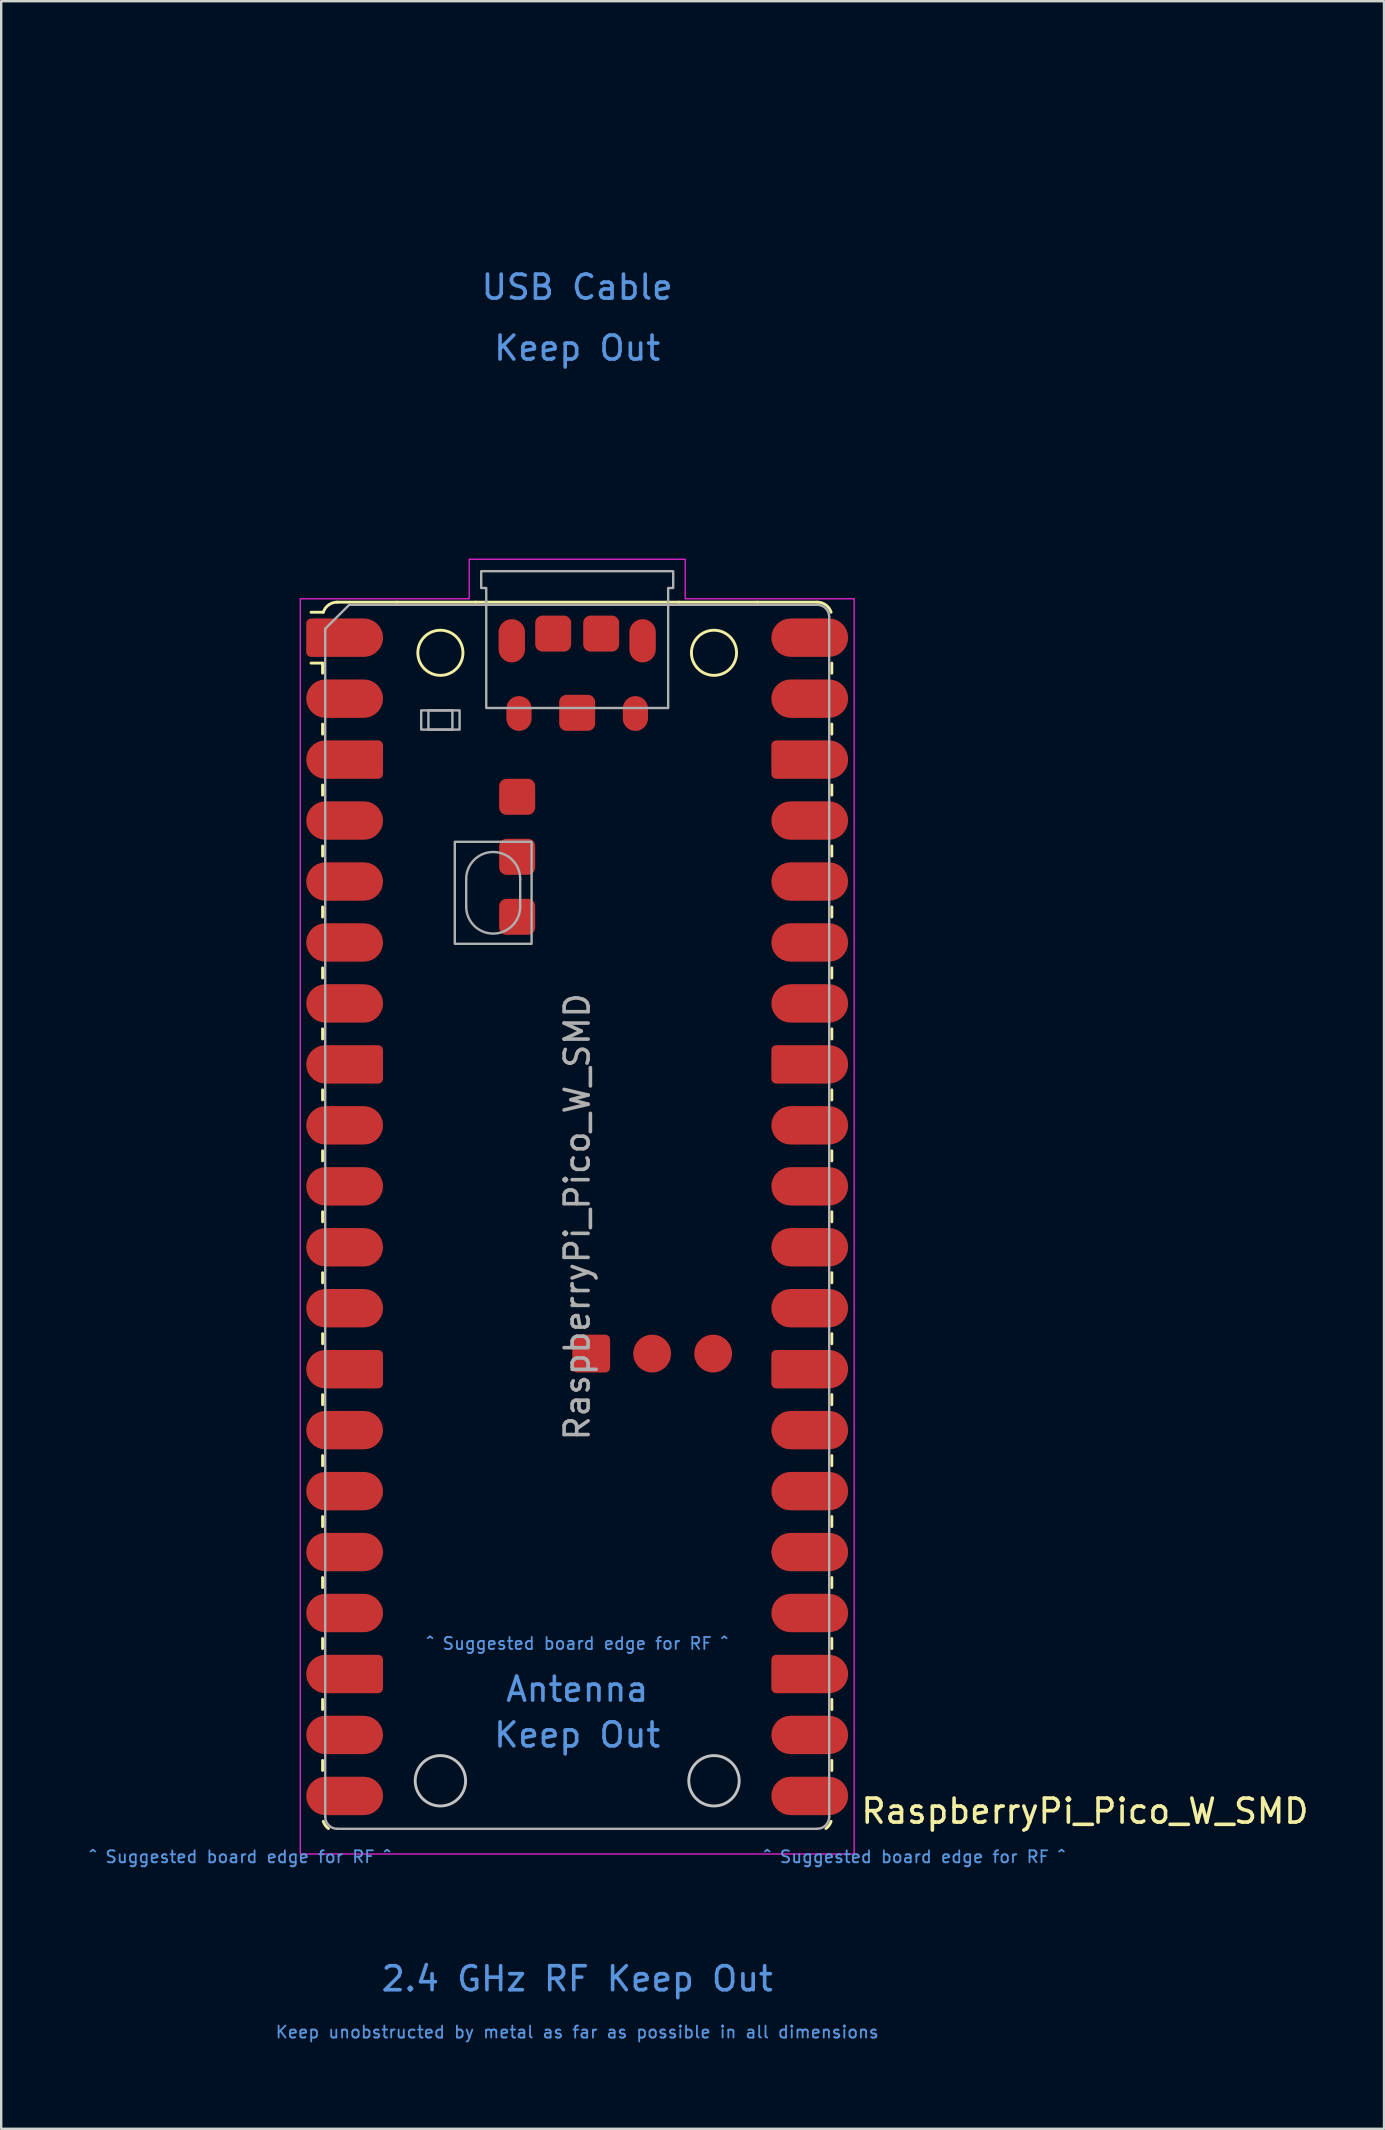
<source format=kicad_pcb>
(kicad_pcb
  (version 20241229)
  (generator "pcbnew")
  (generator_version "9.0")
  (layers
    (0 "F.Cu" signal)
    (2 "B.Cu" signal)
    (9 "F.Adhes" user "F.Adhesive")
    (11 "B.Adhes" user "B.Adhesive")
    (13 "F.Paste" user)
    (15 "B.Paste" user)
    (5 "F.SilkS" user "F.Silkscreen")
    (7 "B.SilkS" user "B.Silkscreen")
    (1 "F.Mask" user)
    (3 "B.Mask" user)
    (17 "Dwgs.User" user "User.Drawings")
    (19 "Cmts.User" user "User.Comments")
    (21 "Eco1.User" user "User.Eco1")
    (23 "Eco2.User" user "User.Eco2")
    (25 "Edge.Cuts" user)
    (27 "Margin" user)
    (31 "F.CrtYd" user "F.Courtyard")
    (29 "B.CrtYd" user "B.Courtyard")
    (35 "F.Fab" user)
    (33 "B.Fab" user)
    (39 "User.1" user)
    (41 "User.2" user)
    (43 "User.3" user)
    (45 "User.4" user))
  (footprint "RaspberryPi_Pico_W_SMD"
    (layer "F.Cu")
    (at 21 47.65)
    (property "Reference" "RaspberryPi_Pico_W_SMD" (at 11.748 24.765 0) (unlocked yes) (layer "F.SilkS") (effects (font (size 1 1) (thickness 0.15)) (justify left)))
    (attr smd)
    (fp_line (start -10.61 -23.07) (end -11.09 -23.07) (stroke (width 0.12) (type solid)) (layer "F.SilkS"))
    (fp_line (start -10.61 -23.07) (end -10.61 -22.65) (stroke (width 0.12) (type solid)) (layer "F.SilkS"))
    (fp_line (start -10.61 -20.53) (end -10.61 -20.11) (stroke (width 0.12) (type solid)) (layer "F.SilkS"))
    (fp_line (start -10.61 -17.99) (end -10.61 -17.57) (stroke (width 0.12) (type solid)) (layer "F.SilkS"))
    (fp_line (start -10.61 -15.45) (end -10.61 -15.03) (stroke (width 0.12) (type solid)) (layer "F.SilkS"))
    (fp_line (start -10.61 -12.91) (end -10.61 -12.49) (stroke (width 0.12) (type solid)) (layer "F.SilkS"))
    (fp_line (start -10.61 -10.37) (end -10.61 -9.95) (stroke (width 0.12) (type solid)) (layer "F.SilkS"))
    (fp_line (start -10.61 -7.83) (end -10.61 -7.41) (stroke (width 0.12) (type solid)) (layer "F.SilkS"))
    (fp_line (start -10.61 -5.29) (end -10.61 -4.87) (stroke (width 0.12) (type solid)) (layer "F.SilkS"))
    (fp_line (start -10.61 -2.75) (end -10.61 -2.33) (stroke (width 0.12) (type solid)) (layer "F.SilkS"))
    (fp_line (start -10.61 -0.21) (end -10.61 0.21) (stroke (width 0.12) (type solid)) (layer "F.SilkS"))
    (fp_line (start -10.61 2.33) (end -10.61 2.75) (stroke (width 0.12) (type solid)) (layer "F.SilkS"))
    (fp_line (start -10.61 4.87) (end -10.61 5.29) (stroke (width 0.12) (type solid)) (layer "F.SilkS"))
    (fp_line (start -10.61 7.41) (end -10.61 7.83) (stroke (width 0.12) (type solid)) (layer "F.SilkS"))
    (fp_line (start -10.61 9.95) (end -10.61 10.37) (stroke (width 0.12) (type solid)) (layer "F.SilkS"))
    (fp_line (start -10.61 12.49) (end -10.61 12.91) (stroke (width 0.12) (type solid)) (layer "F.SilkS"))
    (fp_line (start -10.61 15.03) (end -10.61 15.45) (stroke (width 0.12) (type solid)) (layer "F.SilkS"))
    (fp_line (start -10.61 17.57) (end -10.61 17.99) (stroke (width 0.12) (type solid)) (layer "F.SilkS"))
    (fp_line (start -10.61 20.11) (end -10.61 20.53) (stroke (width 0.12) (type solid)) (layer "F.SilkS"))
    (fp_line (start -10.61 22.65) (end -10.61 23.07) (stroke (width 0.12) (type solid)) (layer "F.SilkS"))
    (fp_line (start -10.58 -25.19) (end -11.09 -25.19) (stroke (width 0.12) (type solid)) (layer "F.SilkS"))
    (fp_line (start -10 -25.61) (end -7.51 -25.61) (stroke (width 0.12) (type solid)) (layer "F.SilkS"))
    (fp_line (start -7.51 -25.61) (end -4.235 -25.61) (stroke (width 0.12) (type solid)) (layer "F.SilkS"))
    (fp_line (start -4.235 -25.61) (end 4.235 -25.61) (stroke (width 0.12) (type solid)) (layer "F.SilkS"))
    (fp_line (start 4.235 -25.61) (end 7.51 -25.61) (stroke (width 0.12) (type solid)) (layer "F.SilkS"))
    (fp_line (start 10 -25.61) (end 7.51 -25.61) (stroke (width 0.12) (type solid)) (layer "F.SilkS"))
    (fp_line (start 10.61 -23.07) (end 10.61 -22.65) (stroke (width 0.12) (type solid)) (layer "F.SilkS"))
    (fp_line (start 10.61 -20.53) (end 10.61 -20.11) (stroke (width 0.12) (type solid)) (layer "F.SilkS"))
    (fp_line (start 10.61 -17.99) (end 10.61 -17.57) (stroke (width 0.12) (type solid)) (layer "F.SilkS"))
    (fp_line (start 10.61 -15.45) (end 10.61 -15.03) (stroke (width 0.12) (type solid)) (layer "F.SilkS"))
    (fp_line (start 10.61 -12.91) (end 10.61 -12.49) (stroke (width 0.12) (type solid)) (layer "F.SilkS"))
    (fp_line (start 10.61 -10.37) (end 10.61 -9.95) (stroke (width 0.12) (type solid)) (layer "F.SilkS"))
    (fp_line (start 10.61 -7.83) (end 10.61 -7.41) (stroke (width 0.12) (type solid)) (layer "F.SilkS"))
    (fp_line (start 10.61 -5.29) (end 10.61 -4.87) (stroke (width 0.12) (type solid)) (layer "F.SilkS"))
    (fp_line (start 10.61 -2.75) (end 10.61 -2.33) (stroke (width 0.12) (type solid)) (layer "F.SilkS"))
    (fp_line (start 10.61 -0.21) (end 10.61 0.21) (stroke (width 0.12) (type solid)) (layer "F.SilkS"))
    (fp_line (start 10.61 2.33) (end 10.61 2.75) (stroke (width 0.12) (type solid)) (layer "F.SilkS"))
    (fp_line (start 10.61 4.87) (end 10.61 5.29) (stroke (width 0.12) (type solid)) (layer "F.SilkS"))
    (fp_line (start 10.61 7.41) (end 10.61 7.83) (stroke (width 0.12) (type solid)) (layer "F.SilkS"))
    (fp_line (start 10.61 9.95) (end 10.61 10.37) (stroke (width 0.12) (type solid)) (layer "F.SilkS"))
    (fp_line (start 10.61 12.49) (end 10.61 12.91) (stroke (width 0.12) (type solid)) (layer "F.SilkS"))
    (fp_line (start 10.61 15.03) (end 10.61 15.45) (stroke (width 0.12) (type solid)) (layer "F.SilkS"))
    (fp_line (start 10.61 17.57) (end 10.61 17.99) (stroke (width 0.12) (type solid)) (layer "F.SilkS"))
    (fp_line (start 10.61 20.11) (end 10.61 20.53) (stroke (width 0.12) (type solid)) (layer "F.SilkS"))
    (fp_line (start 10.61 22.65) (end 10.61 23.07) (stroke (width 0.12) (type solid)) (layer "F.SilkS"))
    (fp_arc (start -10.579676 -25.189937) (mid -10.357938 -25.493944) (end -10 -25.61) (stroke (width 0.12) (type solid)) (layer "F.SilkS"))
    (fp_arc (start -10.363318 25.49) (mid -10.494791 25.356765) (end -10.579676 25.189937) (stroke (width 0.12) (type solid)) (layer "F.SilkS"))
    (fp_arc (start 10 -25.61) (mid 10.357937 -25.493944) (end 10.579676 -25.189937) (stroke (width 0.12) (type solid)) (layer "F.SilkS"))
    (fp_arc (start 10.579676 25.189937) (mid 10.494803 25.356773) (end 10.363318 25.49) (stroke (width 0.12) (type solid)) (layer "F.SilkS"))
    (fp_circle (center -5.7 -23.5) (end -4.76 -23.5) (stroke (width 0.12) (type solid)) (fill no) (layer "F.SilkS"))
    (fp_circle (center 5.7 -23.5) (end 6.64 -23.5) (stroke (width 0.12) (type solid)) (fill no) (layer "F.SilkS"))
    (fp_circle (center -5.7 23.5) (end -4.65 23.5) (stroke (width 0.12) (type solid)) (fill no) (layer "Dwgs.User"))
    (fp_circle (center 5.7 23.5) (end 6.75 23.5) (stroke (width 0.12) (type solid)) (fill no) (layer "Dwgs.User"))
    (fp_poly (pts (xy -4.5 -27.4) (xy 4.5 -27.4) (xy 4.5 -25.75) (xy 11.54 -25.75) (xy 11.54 26.55) (xy -11.54 26.55) (xy -11.54 -25.75) (xy -4.5 -25.75)) (stroke (width 0.05) (type solid)) (fill no) (layer "F.CrtYd"))
    (fp_line (start -10.5 -24.5) (end -9.5 -25.5) (stroke (width 0.1) (type solid)) (layer "F.Fab"))
    (fp_line (start -10.5 25) (end -10.5 -24.5) (stroke (width 0.1) (type solid)) (layer "F.Fab"))
    (fp_line (start -9.5 -25.5) (end 10 -25.5) (stroke (width 0.1) (type solid)) (layer "F.Fab"))
    (fp_line (start -4.625 -14.075) (end -4.625 -12.925) (stroke (width 0.1) (type solid)) (layer "F.Fab"))
    (fp_line (start -2.375 -14.075) (end -2.375 -12.925) (stroke (width 0.1) (type solid)) (layer "F.Fab"))
    (fp_line (start 10 25.5) (end -10 25.5) (stroke (width 0.1) (type solid)) (layer "F.Fab"))
    (fp_line (start 10.5 -25) (end 10.5 25) (stroke (width 0.1) (type solid)) (layer "F.Fab"))
    (fp_rect (start -6.5 -21.1) (end -4.9 -20.3) (stroke (width 0.1) (type solid)) (fill no) (layer "F.Fab"))
    (fp_rect (start -6.2 -21.1) (end -5.2 -20.3) (stroke (width 0.1) (type solid)) (fill no) (layer "F.Fab"))
    (fp_rect (start -5.1 -15.625) (end -1.9 -11.375) (stroke (width 0.1) (type solid)) (fill no) (layer "F.Fab"))
    (fp_arc (start -10 25.5) (mid -10.353553 25.353553) (end -10.5 25) (stroke (width 0.1) (type solid)) (layer "F.Fab"))
    (fp_arc (start -4.625 -14.075) (mid -3.5 -15.2) (end -2.375 -14.075) (stroke (width 0.1) (type solid)) (layer "F.Fab"))
    (fp_arc (start -2.375 -12.925) (mid -3.5 -11.8) (end -4.625 -12.925) (stroke (width 0.1) (type solid)) (layer "F.Fab"))
    (fp_arc (start 10 -25.5) (mid 10.353553 -25.353553) (end 10.5 -25) (stroke (width 0.1) (type solid)) (layer "F.Fab"))
    (fp_arc (start 10.5 25) (mid 10.353553 25.353553) (end 10 25.5) (stroke (width 0.1) (type solid)) (layer "F.Fab"))
    (fp_poly (pts (xy 3.79 -21.2) (xy 3.79 -26.2) (xy 4 -26.2) (xy 4 -26.9) (xy -4 -26.9) (xy -4 -26.2) (xy -3.79 -26.2) (xy -3.79 -21.2)) (stroke (width 0.1) (type solid)) (fill no) (layer "F.Fab"))
    (fp_text user "^ Suggested board edge for RF ^" (at 14.05 26.67 0) (unlocked yes) (layer "Cmts.User") (effects (font (size 0.5 0.5) (thickness 0.075))))
    (fp_text user "^ Suggested board edge for RF ^" (at -14.05 26.67 0) (unlocked yes) (layer "Cmts.User") (effects (font (size 0.5 0.5) (thickness 0.075))))
    (fp_text user "Keep unobstructed by metal as far as possible in all dimensions" (at 0 33.972 0) (unlocked yes) (layer "Cmts.User") (effects (font (size 0.5 0.5) (thickness 0.075))))
    (fp_text user "Keep Out" (at 0 -36.195 0) (unlocked yes) (layer "Cmts.User") (effects (font (size 1 1) (thickness 0.15))))
    (fp_text user "Keep Out" (at 0 21.59 0) (unlocked yes) (layer "Cmts.User") (effects (font (size 1 1) (thickness 0.15))))
    (fp_text user "USB Cable" (at 0 -38.735 0) (unlocked yes) (layer "Cmts.User") (effects (font (size 1 1) (thickness 0.15))))
    (fp_text user "Antenna" (at 0 19.685 0) (unlocked yes) (layer "Cmts.User") (effects (font (size 1 1) (thickness 0.15))))
    (fp_text user "2.4 GHz RF Keep Out" (at 0 31.75 0) (unlocked yes) (layer "Cmts.User") (effects (font (size 1 1) (thickness 0.15))))
    (fp_text user "^ Suggested board edge for RF ^" (at 0 17.78 0) (unlocked yes) (layer "Cmts.User") (effects (font (size 0.5 0.5) (thickness 0.075))))
    (fp_text user "${REFERENCE}" (at 0 0 90) (layer "F.Fab") (effects (font (size 1 1) (thickness 0.15))))
    (pad "" smd oval (at -2.725 -24) (size 1.1 1.8) (layers "F.Cu" "F.Mask" "F.Paste"))
    (pad "" smd oval (at -2.425 -20.97) (size 1.05 1.45) (layers "F.Cu" "F.Mask" "F.Paste"))
    (pad "" smd oval (at 2.425 -20.97) (size 1.05 1.45) (layers "F.Cu" "F.Mask" "F.Paste"))
    (pad "" smd oval (at 2.725 -24) (size 1.1 1.8) (layers "F.Cu" "F.Mask" "F.Paste"))
    (pad "1" smd custom (at -8.89 -24.13) (size 1.6 1.6) (layers "F.Cu" "F.Mask" "F.Paste") (options (anchor circle)) (primitives (gr_poly (pts (xy -2.4 0.6) (xy -2.4 -0.6) (xy -2.2 -0.8) (xy 0 -0.8) (xy 0 0.8) (xy -2.2 0.8)) (width 0) (fill yes)) (gr_circle (center -2.2 0.6) (end -2 0.6) (width 0) (fill yes)) (gr_circle (center -2.2 -0.6) (end -2 -0.6) (width 0) (fill yes))))
    (pad "2" smd roundrect (at -8.89 -21.59) (size 3.2 1.6) (drill (offset -0.8 0)) (layers "F.Cu" "F.Mask" "F.Paste") (roundrect_rratio 0.5))
    (pad "3" smd custom (at -8.89 -19.05) (size 1.6 1.6) (layers "F.Cu" "F.Mask" "F.Paste") (options (anchor circle)) (primitives (gr_poly (pts (xy 0.8 -0.6) (xy 0.8 0.6) (xy 0.6 0.8) (xy -1.6 0.8) (xy -1.6 -0.8) (xy 0.6 -0.8)) (width 0) (fill yes)) (gr_circle (center 0.6 0.6) (end 0.8 0.6) (width 0) (fill yes)) (gr_circle (center 0.6 -0.6) (end 0.8 -0.6) (width 0) (fill yes)) (gr_circle (center -1.6 0) (end -0.8 0) (width 0) (fill yes))))
    (pad "4" smd roundrect (at -8.89 -16.51) (size 3.2 1.6) (drill (offset -0.8 0)) (layers "F.Cu" "F.Mask" "F.Paste") (roundrect_rratio 0.5))
    (pad "5" smd roundrect (at -8.89 -13.97) (size 3.2 1.6) (drill (offset -0.8 0)) (layers "F.Cu" "F.Mask" "F.Paste") (roundrect_rratio 0.5))
    (pad "6" smd roundrect (at -8.89 -11.43) (size 3.2 1.6) (drill (offset -0.8 0)) (layers "F.Cu" "F.Mask" "F.Paste") (roundrect_rratio 0.5))
    (pad "7" smd roundrect (at -8.89 -8.89) (size 3.2 1.6) (drill (offset -0.8 0)) (layers "F.Cu" "F.Mask" "F.Paste") (roundrect_rratio 0.5))
    (pad "8" smd custom (at -8.89 -6.35) (size 1.6 1.6) (layers "F.Cu" "F.Mask" "F.Paste") (options (anchor circle)) (primitives (gr_poly (pts (xy 0.8 -0.6) (xy 0.8 0.6) (xy 0.6 0.8) (xy -1.6 0.8) (xy -1.6 -0.8) (xy 0.6 -0.8)) (width 0) (fill yes)) (gr_circle (center 0.6 0.6) (end 0.8 0.6) (width 0) (fill yes)) (gr_circle (center 0.6 -0.6) (end 0.8 -0.6) (width 0) (fill yes)) (gr_circle (center -1.6 0) (end -0.8 0) (width 0) (fill yes))))
    (pad "9" smd roundrect (at -8.89 -3.81) (size 3.2 1.6) (drill (offset -0.8 0)) (layers "F.Cu" "F.Mask" "F.Paste") (roundrect_rratio 0.5))
    (pad "10" smd roundrect (at -8.89 -1.27) (size 3.2 1.6) (drill (offset -0.8 0)) (layers "F.Cu" "F.Mask" "F.Paste") (roundrect_rratio 0.5))
    (pad "11" smd roundrect (at -8.89 1.27) (size 3.2 1.6) (drill (offset -0.8 0)) (layers "F.Cu" "F.Mask" "F.Paste") (roundrect_rratio 0.5))
    (pad "12" smd roundrect (at -8.89 3.81) (size 3.2 1.6) (drill (offset -0.8 0)) (layers "F.Cu" "F.Mask" "F.Paste") (roundrect_rratio 0.5))
    (pad "13" smd custom (at -8.89 6.35) (size 1.6 1.6) (layers "F.Cu" "F.Mask" "F.Paste") (options (anchor circle)) (primitives (gr_poly (pts (xy 0.8 -0.6) (xy 0.8 0.6) (xy 0.6 0.8) (xy -1.6 0.8) (xy -1.6 -0.8) (xy 0.6 -0.8)) (width 0) (fill yes)) (gr_circle (center 0.6 0.6) (end 0.8 0.6) (width 0) (fill yes)) (gr_circle (center 0.6 -0.6) (end 0.8 -0.6) (width 0) (fill yes)) (gr_circle (center -1.6 0) (end -0.8 0) (width 0) (fill yes))))
    (pad "14" smd roundrect (at -8.89 8.89) (size 3.2 1.6) (drill (offset -0.8 0)) (layers "F.Cu" "F.Mask" "F.Paste") (roundrect_rratio 0.5))
    (pad "15" smd roundrect (at -8.89 11.43) (size 3.2 1.6) (drill (offset -0.8 0)) (layers "F.Cu" "F.Mask" "F.Paste") (roundrect_rratio 0.5))
    (pad "16" smd roundrect (at -8.89 13.97) (size 3.2 1.6) (drill (offset -0.8 0)) (layers "F.Cu" "F.Mask" "F.Paste") (roundrect_rratio 0.5))
    (pad "17" smd roundrect (at -8.89 16.51) (size 3.2 1.6) (drill (offset -0.8 0)) (layers "F.Cu" "F.Mask" "F.Paste") (roundrect_rratio 0.5))
    (pad "18" smd custom (at -8.89 19.05) (size 1.6 1.6) (layers "F.Cu" "F.Mask" "F.Paste") (options (anchor circle)) (primitives (gr_poly (pts (xy 0.8 -0.6) (xy 0.8 0.6) (xy 0.6 0.8) (xy -1.6 0.8) (xy -1.6 -0.8) (xy 0.6 -0.8)) (width 0) (fill yes)) (gr_circle (center 0.6 0.6) (end 0.8 0.6) (width 0) (fill yes)) (gr_circle (center 0.6 -0.6) (end 0.8 -0.6) (width 0) (fill yes)) (gr_circle (center -1.6 0) (end -0.8 0) (width 0) (fill yes))))
    (pad "19" smd roundrect (at -8.89 21.59) (size 3.2 1.6) (drill (offset -0.8 0)) (layers "F.Cu" "F.Mask" "F.Paste") (roundrect_rratio 0.5))
    (pad "20" smd roundrect (at -8.89 24.13) (size 3.2 1.6) (drill (offset -0.8 0)) (layers "F.Cu" "F.Mask" "F.Paste") (roundrect_rratio 0.5))
    (pad "21" smd roundrect (at 8.89 24.13) (size 3.2 1.6) (drill (offset 0.8 0)) (layers "F.Cu" "F.Mask" "F.Paste") (roundrect_rratio 0.5))
    (pad "22" smd roundrect (at 8.89 21.59) (size 3.2 1.6) (drill (offset 0.8 0)) (layers "F.Cu" "F.Mask" "F.Paste") (roundrect_rratio 0.5))
    (pad "23" smd custom (at 8.89 19.05) (size 1.6 1.6) (layers "F.Cu" "F.Mask" "F.Paste") (options (anchor circle)) (primitives (gr_poly (pts (xy -0.8 -0.6) (xy -0.8 0.6) (xy -0.6 0.8) (xy 1.6 0.8) (xy 1.6 -0.8) (xy -0.6 -0.8)) (width 0) (fill yes)) (gr_circle (center -0.6 0.6) (end -0.4 0.6) (width 0) (fill yes)) (gr_circle (center -0.6 -0.6) (end -0.4 -0.6) (width 0) (fill yes)) (gr_circle (center 1.6 0) (end 2.4 0) (width 0) (fill yes))))
    (pad "24" smd roundrect (at 8.89 16.51) (size 3.2 1.6) (drill (offset 0.8 0)) (layers "F.Cu" "F.Mask" "F.Paste") (roundrect_rratio 0.5))
    (pad "25" smd roundrect (at 8.89 13.97) (size 3.2 1.6) (drill (offset 0.8 0)) (layers "F.Cu" "F.Mask" "F.Paste") (roundrect_rratio 0.5))
    (pad "26" smd roundrect (at 8.89 11.43) (size 3.2 1.6) (drill (offset 0.8 0)) (layers "F.Cu" "F.Mask" "F.Paste") (roundrect_rratio 0.5))
    (pad "27" smd roundrect (at 8.89 8.89) (size 3.2 1.6) (drill (offset 0.8 0)) (layers "F.Cu" "F.Mask" "F.Paste") (roundrect_rratio 0.5))
    (pad "28" smd custom (at 8.89 6.35) (size 1.6 1.6) (layers "F.Cu" "F.Mask" "F.Paste") (options (anchor circle)) (primitives (gr_poly (pts (xy -0.8 -0.6) (xy -0.8 0.6) (xy -0.6 0.8) (xy 1.6 0.8) (xy 1.6 -0.8) (xy -0.6 -0.8)) (width 0) (fill yes)) (gr_circle (center -0.6 0.6) (end -0.4 0.6) (width 0) (fill yes)) (gr_circle (center -0.6 -0.6) (end -0.4 -0.6) (width 0) (fill yes)) (gr_circle (center 1.6 0) (end 2.4 0) (width 0) (fill yes))))
    (pad "29" smd roundrect (at 8.89 3.81) (size 3.2 1.6) (drill (offset 0.8 0)) (layers "F.Cu" "F.Mask" "F.Paste") (roundrect_rratio 0.5))
    (pad "30" smd roundrect (at 8.89 1.27) (size 3.2 1.6) (drill (offset 0.8 0)) (layers "F.Cu" "F.Mask" "F.Paste") (roundrect_rratio 0.5))
    (pad "31" smd roundrect (at 8.89 -1.27) (size 3.2 1.6) (drill (offset 0.8 0)) (layers "F.Cu" "F.Mask" "F.Paste") (roundrect_rratio 0.5))
    (pad "32" smd roundrect (at 8.89 -3.81) (size 3.2 1.6) (drill (offset 0.8 0)) (layers "F.Cu" "F.Mask" "F.Paste") (roundrect_rratio 0.5))
    (pad "33" smd custom (at 8.89 -6.35) (size 1.6 1.6) (layers "F.Cu" "F.Mask" "F.Paste") (options (anchor circle)) (primitives (gr_poly (pts (xy -0.8 -0.6) (xy -0.8 0.6) (xy -0.6 0.8) (xy 1.6 0.8) (xy 1.6 -0.8) (xy -0.6 -0.8)) (width 0) (fill yes)) (gr_circle (center -0.6 0.6) (end -0.4 0.6) (width 0) (fill yes)) (gr_circle (center -0.6 -0.6) (end -0.4 -0.6) (width 0) (fill yes)) (gr_circle (center 1.6 0) (end 2.4 0) (width 0) (fill yes))))
    (pad "34" smd roundrect (at 8.89 -8.89) (size 3.2 1.6) (drill (offset 0.8 0)) (layers "F.Cu" "F.Mask" "F.Paste") (roundrect_rratio 0.5))
    (pad "35" smd roundrect (at 8.89 -11.43) (size 3.2 1.6) (drill (offset 0.8 0)) (layers "F.Cu" "F.Mask" "F.Paste") (roundrect_rratio 0.5))
    (pad "36" smd roundrect (at 8.89 -13.97) (size 3.2 1.6) (drill (offset 0.8 0)) (layers "F.Cu" "F.Mask" "F.Paste") (roundrect_rratio 0.5))
    (pad "37" smd roundrect (at 8.89 -16.51) (size 3.2 1.6) (drill (offset 0.8 0)) (layers "F.Cu" "F.Mask" "F.Paste") (roundrect_rratio 0.5))
    (pad "38" smd custom (at 8.89 -19.05) (size 1.6 1.6) (layers "F.Cu" "F.Mask" "F.Paste") (options (anchor circle)) (primitives (gr_poly (pts (xy -0.8 -0.6) (xy -0.8 0.6) (xy -0.6 0.8) (xy 1.6 0.8) (xy 1.6 -0.8) (xy -0.6 -0.8)) (width 0) (fill yes)) (gr_circle (center -0.6 0.6) (end -0.4 0.6) (width 0) (fill yes)) (gr_circle (center -0.6 -0.6) (end -0.4 -0.6) (width 0) (fill yes)) (gr_circle (center 1.6 0) (end 2.4 0) (width 0) (fill yes))))
    (pad "39" smd roundrect (at 8.89 -21.59) (size 3.2 1.6) (drill (offset 0.8 0)) (layers "F.Cu" "F.Mask" "F.Paste") (roundrect_rratio 0.5))
    (pad "40" smd roundrect (at 8.89 -24.13) (size 3.2 1.6) (drill (offset 0.8 0)) (layers "F.Cu" "F.Mask" "F.Paste") (roundrect_rratio 0.5))
    (pad "D1" smd roundrect (at 0.584 5.7) (size 1.575 1.575) (layers "F.Cu" "F.Mask" "F.Paste") (roundrect_rratio 0.127))
    (pad "D2" smd circle (at 3.124 5.7) (size 1.575 1.575) (layers "F.Cu" "F.Mask" "F.Paste"))
    (pad "D3" smd circle (at 5.664 5.7) (size 1.575 1.575) (layers "F.Cu" "F.Mask" "F.Paste"))
    (pad "TP1" smd roundrect (at 0 -21) (size 1.5 1.5) (layers "F.Cu" "F.Mask" "F.Paste") (roundrect_rratio 0.2))
    (pad "TP2" smd roundrect (at 1 -24.3) (size 1.5 1.5) (layers "F.Cu" "F.Mask" "F.Paste") (roundrect_rratio 0.2))
    (pad "TP3" smd roundrect (at -1 -24.3) (size 1.5 1.5) (layers "F.Cu" "F.Mask" "F.Paste") (roundrect_rratio 0.2))
    (pad "TP4" smd roundrect (at -2.5 -17.5) (size 1.5 1.5) (layers "F.Cu" "F.Mask" "F.Paste") (roundrect_rratio 0.2))
    (pad "TP5" smd roundrect (at -2.5 -15) (size 1.5 1.5) (layers "F.Cu" "F.Mask" "F.Paste") (roundrect_rratio 0.2))
    (pad "TP6" smd roundrect (at -2.5 -12.5) (size 1.5 1.5) (layers "F.Cu" "F.Mask" "F.Paste") (roundrect_rratio 0.2))
    (zone (net_name "") (layers "F.Cu" "B.Cu" "F.Paste" "B.Paste") (name "RF Copper Keep Out") (hatch full 0.5) (connect_pads) (min_thickness 0.254) (filled_areas_thickness no) (keepout (tracks not_allowed) (vias not_allowed) (pads not_allowed) (copperpour not_allowed) (footprints not_allowed)) (placement (enabled no)) (fill) (polygon (pts (xy 0 72.65) (xy 42 72.65) (xy 42 82.65) (xy 0 82.65))))
    (zone (net_name "") (layers "F.Cu" "B.Cu" "F.Paste" "B.Paste") (name "Antenna Copper Keep Out") (hatch full 0.5) (connect_pads) (min_thickness 0.254) (filled_areas_thickness no) (keepout (tracks not_allowed) (vias not_allowed) (pads not_allowed) (copperpour not_allowed) (footprints not_allowed)) (placement (enabled no)) (fill) (polygon (pts (xy 18.6 72.64) (xy 13.9 68.99) (xy 13.9 64.65) (xy 28.1 64.65) (xy 28.1 68.99) (xy 23.4 72.64) (xy 23.4 72.65) (xy 18.6 72.65))))
    (zone (net_name "") (layer "Edge.Cuts") (name "Board Keep Out USB Cable") (hatch edge 0.5) (connect_pads) (min_thickness 0.254) (filled_areas_thickness no) (keepout (tracks allowed) (vias allowed) (pads allowed) (copperpour allowed) (footprints allowed)) (placement (enabled no)) (fill) (polygon (pts (xy 14.8 0) (xy 27.2 0) (xy 27.2 20.4) (xy 14.8 20.4))))
    (zone (net_name "") (layer "Edge.Cuts") (name "Board Keep Out Suggestion RF") (hatch edge 0.5) (connect_pads) (min_thickness 0.254) (filled_areas_thickness no) (keepout (tracks allowed) (vias allowed) (pads allowed) (copperpour allowed) (footprints allowed)) (placement (enabled no)) (fill) (polygon (pts (xy 28.1 73.65) (xy 42 73.65) (xy 42 82.65) (xy 0 82.65) (xy 0 73.65) (xy 13.9 73.65) (xy 13.9 64.65) (xy 28.1 64.65))))
    (zone (net_name "") (layer "F.CrtYd") (name "USB Cable Keep Out") (hatch full 0.5) (connect_pads) (min_thickness 0.254) (filled_areas_thickness no) (keepout (tracks allowed) (vias allowed) (pads allowed) (copperpour allowed) (footprints not_allowed)) (placement (enabled no)) (fill) (polygon (pts (xy 15.25 19.95) (xy 17.06 19.95) (xy 17.06 20.25) (xy 24.94 20.25) (xy 24.94 19.95) (xy 26.75 19.95) (xy 26.75 0.45) (xy 15.25 0.45)))))
  (gr_rect
    (start -3 -3)
    (end 54.617 85.65)
    (stroke (width 0.1) (type default))
    (fill no)
    (layer "Edge.Cuts")))
</source>
